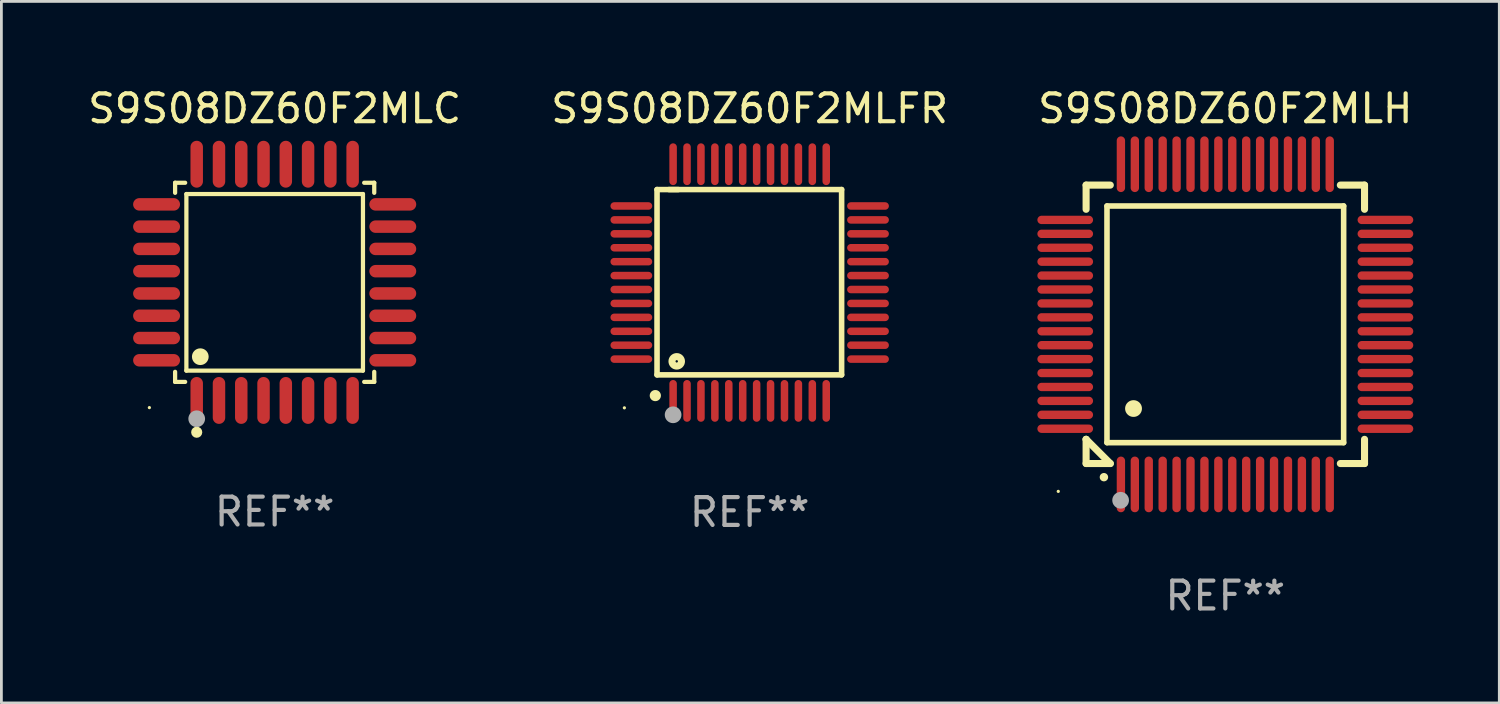
<source format=kicad_pcb>
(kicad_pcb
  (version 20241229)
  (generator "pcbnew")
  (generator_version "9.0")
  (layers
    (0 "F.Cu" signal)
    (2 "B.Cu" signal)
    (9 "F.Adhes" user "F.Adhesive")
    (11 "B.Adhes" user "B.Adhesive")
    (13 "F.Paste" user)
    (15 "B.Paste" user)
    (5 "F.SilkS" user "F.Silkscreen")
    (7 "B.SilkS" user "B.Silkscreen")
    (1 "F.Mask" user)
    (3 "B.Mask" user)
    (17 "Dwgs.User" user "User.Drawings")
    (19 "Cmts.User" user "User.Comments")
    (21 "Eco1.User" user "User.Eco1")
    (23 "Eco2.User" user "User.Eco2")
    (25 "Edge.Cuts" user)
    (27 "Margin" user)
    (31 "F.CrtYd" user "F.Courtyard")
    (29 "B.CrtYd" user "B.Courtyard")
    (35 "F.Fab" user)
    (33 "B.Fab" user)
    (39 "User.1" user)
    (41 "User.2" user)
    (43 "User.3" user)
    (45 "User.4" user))
  (footprint "S9S08DZ60F2MLFR"
    (layer "F.Cu")
    (at 23.875 7.098)
    (property "Reference" "S9S08DZ60F2MLFR" (at 0 -6.25 0) (layer "F.SilkS") (effects (font (size 1 1) (thickness 0.15))))
    (attr through_hole)
    (fp_line (start -3.327 -3.34) (end -2.565 -3.34) (stroke (width 0.2) (type solid)) (layer "F.SilkS"))
    (fp_line (start -3.327 3.315) (end -3.327 -3.34) (stroke (width 0.2) (type solid)) (layer "F.SilkS"))
    (fp_line (start -2.896 -3.34) (end 3.302 -3.34) (stroke (width 0.2) (type solid)) (layer "F.SilkS"))
    (fp_line (start 3.302 -3.34) (end 3.302 3.315) (stroke (width 0.2) (type solid)) (layer "F.SilkS"))
    (fp_line (start 3.302 3.315) (end -3.327 3.315) (stroke (width 0.2) (type solid)) (layer "F.SilkS"))
    (fp_arc (start -3.389992 4.059995) (mid -3.388722 4.059991) (end -3.387452 4.059995) (stroke (width 0.4) (type solid)) (layer "F.SilkS"))
    (fp_circle (center -4.5 4.5) (end -4.47 4.5) (stroke (width 0.06) (type solid)) (fill no) (layer "F.SilkS"))
    (fp_circle (center -2.62 2.83) (end -2.45 2.83) (stroke (width 0.254) (type solid)) (fill no) (layer "F.SilkS"))
    (fp_circle (center -2.75 4.75) (end -2.6 4.75) (stroke (width 0.3) (type solid)) (fill no) (layer "F.Fab"))
    (fp_text user "REF**" (at 0 8.25 0) (layer "F.Fab") (effects (font (size 1 1) (thickness 0.15))))
    (pad "1" smd oval (at -2.75 4.25) (size 0.27 1.5) (layers "F.Cu" "F.Mask" "F.Paste"))
    (pad "2" smd oval (at -2.25 4.25) (size 0.27 1.5) (layers "F.Cu" "F.Mask" "F.Paste"))
    (pad "3" smd oval (at -1.75 4.25) (size 0.27 1.5) (layers "F.Cu" "F.Mask" "F.Paste"))
    (pad "4" smd oval (at -1.25 4.25) (size 0.27 1.5) (layers "F.Cu" "F.Mask" "F.Paste"))
    (pad "5" smd oval (at -0.75 4.25) (size 0.27 1.5) (layers "F.Cu" "F.Mask" "F.Paste"))
    (pad "6" smd oval (at -0.25 4.25) (size 0.27 1.5) (layers "F.Cu" "F.Mask" "F.Paste"))
    (pad "7" smd oval (at 0.25 4.25) (size 0.27 1.5) (layers "F.Cu" "F.Mask" "F.Paste"))
    (pad "8" smd oval (at 0.75 4.25) (size 0.27 1.5) (layers "F.Cu" "F.Mask" "F.Paste"))
    (pad "9" smd oval (at 1.25 4.25) (size 0.27 1.5) (layers "F.Cu" "F.Mask" "F.Paste"))
    (pad "10" smd oval (at 1.75 4.25) (size 0.27 1.5) (layers "F.Cu" "F.Mask" "F.Paste"))
    (pad "11" smd oval (at 2.25 4.25) (size 0.27 1.5) (layers "F.Cu" "F.Mask" "F.Paste"))
    (pad "12" smd oval (at 2.75 4.25) (size 0.27 1.5) (layers "F.Cu" "F.Mask" "F.Paste"))
    (pad "13" smd oval (at 4.25 2.75) (size 1.5 0.27) (layers "F.Cu" "F.Mask" "F.Paste"))
    (pad "14" smd oval (at 4.25 2.25) (size 1.5 0.27) (layers "F.Cu" "F.Mask" "F.Paste"))
    (pad "15" smd oval (at 4.25 1.75) (size 1.5 0.27) (layers "F.Cu" "F.Mask" "F.Paste"))
    (pad "16" smd oval (at 4.25 1.25) (size 1.5 0.27) (layers "F.Cu" "F.Mask" "F.Paste"))
    (pad "17" smd oval (at 4.25 0.75) (size 1.5 0.27) (layers "F.Cu" "F.Mask" "F.Paste"))
    (pad "18" smd oval (at 4.25 0.25) (size 1.5 0.27) (layers "F.Cu" "F.Mask" "F.Paste"))
    (pad "19" smd oval (at 4.25 -0.25) (size 1.5 0.27) (layers "F.Cu" "F.Mask" "F.Paste"))
    (pad "20" smd oval (at 4.25 -0.75) (size 1.5 0.27) (layers "F.Cu" "F.Mask" "F.Paste"))
    (pad "21" smd oval (at 4.25 -1.25) (size 1.5 0.27) (layers "F.Cu" "F.Mask" "F.Paste"))
    (pad "22" smd oval (at 4.25 -1.75) (size 1.5 0.27) (layers "F.Cu" "F.Mask" "F.Paste"))
    (pad "23" smd oval (at 4.25 -2.25) (size 1.5 0.27) (layers "F.Cu" "F.Mask" "F.Paste"))
    (pad "24" smd oval (at 4.25 -2.75) (size 1.5 0.27) (layers "F.Cu" "F.Mask" "F.Paste"))
    (pad "25" smd oval (at 2.75 -4.25) (size 0.27 1.5) (layers "F.Cu" "F.Mask" "F.Paste"))
    (pad "26" smd oval (at 2.25 -4.25) (size 0.27 1.5) (layers "F.Cu" "F.Mask" "F.Paste"))
    (pad "27" smd oval (at 1.75 -4.25) (size 0.27 1.5) (layers "F.Cu" "F.Mask" "F.Paste"))
    (pad "28" smd oval (at 1.25 -4.25) (size 0.27 1.5) (layers "F.Cu" "F.Mask" "F.Paste"))
    (pad "29" smd oval (at 0.75 -4.25) (size 0.27 1.5) (layers "F.Cu" "F.Mask" "F.Paste"))
    (pad "30" smd oval (at 0.25 -4.25) (size 0.27 1.5) (layers "F.Cu" "F.Mask" "F.Paste"))
    (pad "31" smd oval (at -0.25 -4.25) (size 0.27 1.5) (layers "F.Cu" "F.Mask" "F.Paste"))
    (pad "32" smd oval (at -0.75 -4.25) (size 0.27 1.5) (layers "F.Cu" "F.Mask" "F.Paste"))
    (pad "33" smd oval (at -1.25 -4.25) (size 0.27 1.5) (layers "F.Cu" "F.Mask" "F.Paste"))
    (pad "34" smd oval (at -1.75 -4.25) (size 0.27 1.5) (layers "F.Cu" "F.Mask" "F.Paste"))
    (pad "35" smd oval (at -2.25 -4.25) (size 0.27 1.5) (layers "F.Cu" "F.Mask" "F.Paste"))
    (pad "36" smd oval (at -2.75 -4.25) (size 0.27 1.5) (layers "F.Cu" "F.Mask" "F.Paste"))
    (pad "37" smd oval (at -4.25 -2.75) (size 1.5 0.27) (layers "F.Cu" "F.Mask" "F.Paste"))
    (pad "38" smd oval (at -4.25 -2.25) (size 1.5 0.27) (layers "F.Cu" "F.Mask" "F.Paste"))
    (pad "39" smd oval (at -4.25 -1.75) (size 1.5 0.27) (layers "F.Cu" "F.Mask" "F.Paste"))
    (pad "40" smd oval (at -4.25 -1.25) (size 1.5 0.27) (layers "F.Cu" "F.Mask" "F.Paste"))
    (pad "41" smd oval (at -4.25 -0.75) (size 1.5 0.27) (layers "F.Cu" "F.Mask" "F.Paste"))
    (pad "42" smd oval (at -4.25 -0.25) (size 1.5 0.27) (layers "F.Cu" "F.Mask" "F.Paste"))
    (pad "43" smd oval (at -4.25 0.25) (size 1.5 0.27) (layers "F.Cu" "F.Mask" "F.Paste"))
    (pad "44" smd oval (at -4.25 0.75) (size 1.5 0.27) (layers "F.Cu" "F.Mask" "F.Paste"))
    (pad "45" smd oval (at -4.25 1.25) (size 1.5 0.27) (layers "F.Cu" "F.Mask" "F.Paste"))
    (pad "46" smd oval (at -4.25 1.75) (size 1.5 0.27) (layers "F.Cu" "F.Mask" "F.Paste"))
    (pad "47" smd oval (at -4.25 2.25) (size 1.5 0.27) (layers "F.Cu" "F.Mask" "F.Paste"))
    (pad "48" smd oval (at -4.25 2.75) (size 1.5 0.27) (layers "F.Cu" "F.Mask" "F.Paste")))
  (footprint "S9S08DZ60F2MLH"
    (layer "F.Cu")
    (at 40.958 8.598)
    (property "Reference" "S9S08DZ60F2MLH" (at 0 -7.75 0) (layer "F.SilkS") (effects (font (size 1 1) (thickness 0.15))))
    (attr through_hole)
    (fp_line (start -5 -5) (end -4.131 -5) (stroke (width 0.254) (type solid)) (layer "F.SilkS"))
    (fp_line (start -5 -4.131) (end -5 -5) (stroke (width 0.254) (type solid)) (layer "F.SilkS"))
    (fp_line (start -5 4.131) (end -5 4.131) (stroke (width 0.254) (type solid)) (layer "F.SilkS"))
    (fp_line (start -5 5) (end -5 4.131) (stroke (width 0.254) (type solid)) (layer "F.SilkS"))
    (fp_line (start -5 4.131) (end -4.131 5) (stroke (width 0.254) (type solid)) (layer "F.SilkS"))
    (fp_line (start -4.25 -4.25) (end -4.25 4.25) (stroke (width 0.2) (type solid)) (layer "F.SilkS"))
    (fp_line (start -4.25 4.25) (end 4.25 4.25) (stroke (width 0.2) (type solid)) (layer "F.SilkS"))
    (fp_line (start -4.131 5) (end -5 5) (stroke (width 0.254) (type solid)) (layer "F.SilkS"))
    (fp_line (start 4.25 -4.25) (end -4.25 -4.25) (stroke (width 0.2) (type solid)) (layer "F.SilkS"))
    (fp_line (start 4.25 4.25) (end 4.25 -4.25) (stroke (width 0.2) (type solid)) (layer "F.SilkS"))
    (fp_line (start 5 -5) (end 4.131 -5) (stroke (width 0.254) (type solid)) (layer "F.SilkS"))
    (fp_line (start 5 -5) (end 5 -4.131) (stroke (width 0.254) (type solid)) (layer "F.SilkS"))
    (fp_line (start 5 4.131) (end 5 5) (stroke (width 0.254) (type solid)) (layer "F.SilkS"))
    (fp_line (start 5 5) (end 4.131 5) (stroke (width 0.254) (type solid)) (layer "F.SilkS"))
    (fp_arc (start -4.361265 5.489992) (mid -4.359995 5.489987) (end -4.358725 5.489992) (stroke (width 0.3) (type solid)) (layer "F.SilkS"))
    (fp_arc (start -3.299467 3.025146) (mid -3.296927 3.025135) (end -3.294387 3.025146) (stroke (width 0.6) (type solid)) (layer "F.SilkS"))
    (fp_circle (center -6 6) (end -5.97 6) (stroke (width 0.06) (type solid)) (fill no) (layer "F.SilkS"))
    (fp_circle (center -3.76 6.32) (end -3.61 6.32) (stroke (width 0.3) (type solid)) (fill no) (layer "F.Fab"))
    (fp_text user "REF**" (at 0 9.75 0) (layer "F.Fab") (effects (font (size 1 1) (thickness 0.15))))
    (pad "1" smd oval (at -3.75 5.75) (size 0.3 2) (layers "F.Cu" "F.Mask" "F.Paste"))
    (pad "2" smd oval (at -3.25 5.75) (size 0.3 2) (layers "F.Cu" "F.Mask" "F.Paste"))
    (pad "3" smd oval (at -2.75 5.75) (size 0.3 2) (layers "F.Cu" "F.Mask" "F.Paste"))
    (pad "4" smd oval (at -2.25 5.75) (size 0.3 2) (layers "F.Cu" "F.Mask" "F.Paste"))
    (pad "5" smd oval (at -1.75 5.75) (size 0.3 2) (layers "F.Cu" "F.Mask" "F.Paste"))
    (pad "6" smd oval (at -1.25 5.75) (size 0.3 2) (layers "F.Cu" "F.Mask" "F.Paste"))
    (pad "7" smd oval (at -0.75 5.75) (size 0.3 2) (layers "F.Cu" "F.Mask" "F.Paste"))
    (pad "8" smd oval (at -0.25 5.75) (size 0.3 2) (layers "F.Cu" "F.Mask" "F.Paste"))
    (pad "9" smd oval (at 0.25 5.75) (size 0.3 2) (layers "F.Cu" "F.Mask" "F.Paste"))
    (pad "10" smd oval (at 0.75 5.75) (size 0.3 2) (layers "F.Cu" "F.Mask" "F.Paste"))
    (pad "11" smd oval (at 1.25 5.75) (size 0.3 2) (layers "F.Cu" "F.Mask" "F.Paste"))
    (pad "12" smd oval (at 1.75 5.75) (size 0.3 2) (layers "F.Cu" "F.Mask" "F.Paste"))
    (pad "13" smd oval (at 2.25 5.75) (size 0.3 2) (layers "F.Cu" "F.Mask" "F.Paste"))
    (pad "14" smd oval (at 2.75 5.75) (size 0.3 2) (layers "F.Cu" "F.Mask" "F.Paste"))
    (pad "15" smd oval (at 3.25 5.75) (size 0.3 2) (layers "F.Cu" "F.Mask" "F.Paste"))
    (pad "16" smd oval (at 3.75 5.75) (size 0.3 2) (layers "F.Cu" "F.Mask" "F.Paste"))
    (pad "17" smd oval (at 5.75 3.75) (size 2 0.3) (layers "F.Cu" "F.Mask" "F.Paste"))
    (pad "18" smd oval (at 5.75 3.25) (size 2 0.3) (layers "F.Cu" "F.Mask" "F.Paste"))
    (pad "19" smd oval (at 5.75 2.75) (size 2 0.3) (layers "F.Cu" "F.Mask" "F.Paste"))
    (pad "20" smd oval (at 5.75 2.25) (size 2 0.3) (layers "F.Cu" "F.Mask" "F.Paste"))
    (pad "21" smd oval (at 5.75 1.75) (size 2 0.3) (layers "F.Cu" "F.Mask" "F.Paste"))
    (pad "22" smd oval (at 5.75 1.25) (size 2 0.3) (layers "F.Cu" "F.Mask" "F.Paste"))
    (pad "23" smd oval (at 5.75 0.75) (size 2 0.3) (layers "F.Cu" "F.Mask" "F.Paste"))
    (pad "24" smd oval (at 5.75 0.25) (size 2 0.3) (layers "F.Cu" "F.Mask" "F.Paste"))
    (pad "25" smd oval (at 5.75 -0.25) (size 2 0.3) (layers "F.Cu" "F.Mask" "F.Paste"))
    (pad "26" smd oval (at 5.75 -0.75) (size 2 0.3) (layers "F.Cu" "F.Mask" "F.Paste"))
    (pad "27" smd oval (at 5.75 -1.25) (size 2 0.3) (layers "F.Cu" "F.Mask" "F.Paste"))
    (pad "28" smd oval (at 5.75 -1.75) (size 2 0.3) (layers "F.Cu" "F.Mask" "F.Paste"))
    (pad "29" smd oval (at 5.75 -2.25) (size 2 0.3) (layers "F.Cu" "F.Mask" "F.Paste"))
    (pad "30" smd oval (at 5.75 -2.75) (size 2 0.3) (layers "F.Cu" "F.Mask" "F.Paste"))
    (pad "31" smd oval (at 5.75 -3.25) (size 2 0.3) (layers "F.Cu" "F.Mask" "F.Paste"))
    (pad "32" smd oval (at 5.75 -3.75) (size 2 0.3) (layers "F.Cu" "F.Mask" "F.Paste"))
    (pad "33" smd oval (at 3.75 -5.75) (size 0.3 2) (layers "F.Cu" "F.Mask" "F.Paste"))
    (pad "34" smd oval (at 3.25 -5.75) (size 0.3 2) (layers "F.Cu" "F.Mask" "F.Paste"))
    (pad "35" smd oval (at 2.75 -5.75) (size 0.3 2) (layers "F.Cu" "F.Mask" "F.Paste"))
    (pad "36" smd oval (at 2.25 -5.75) (size 0.3 2) (layers "F.Cu" "F.Mask" "F.Paste"))
    (pad "37" smd oval (at 1.75 -5.75) (size 0.3 2) (layers "F.Cu" "F.Mask" "F.Paste"))
    (pad "38" smd oval (at 1.25 -5.75) (size 0.3 2) (layers "F.Cu" "F.Mask" "F.Paste"))
    (pad "39" smd oval (at 0.75 -5.75) (size 0.3 2) (layers "F.Cu" "F.Mask" "F.Paste"))
    (pad "40" smd oval (at 0.25 -5.75) (size 0.3 2) (layers "F.Cu" "F.Mask" "F.Paste"))
    (pad "41" smd oval (at -0.25 -5.75) (size 0.3 2) (layers "F.Cu" "F.Mask" "F.Paste"))
    (pad "42" smd oval (at -0.75 -5.75) (size 0.3 2) (layers "F.Cu" "F.Mask" "F.Paste"))
    (pad "43" smd oval (at -1.25 -5.75) (size 0.3 2) (layers "F.Cu" "F.Mask" "F.Paste"))
    (pad "44" smd oval (at -1.75 -5.75) (size 0.3 2) (layers "F.Cu" "F.Mask" "F.Paste"))
    (pad "45" smd oval (at -2.25 -5.75) (size 0.3 2) (layers "F.Cu" "F.Mask" "F.Paste"))
    (pad "46" smd oval (at -2.75 -5.75) (size 0.3 2) (layers "F.Cu" "F.Mask" "F.Paste"))
    (pad "47" smd oval (at -3.25 -5.75) (size 0.3 2) (layers "F.Cu" "F.Mask" "F.Paste"))
    (pad "48" smd oval (at -3.75 -5.75) (size 0.3 2) (layers "F.Cu" "F.Mask" "F.Paste"))
    (pad "49" smd oval (at -5.75 -3.75) (size 2 0.3) (layers "F.Cu" "F.Mask" "F.Paste"))
    (pad "50" smd oval (at -5.75 -3.25) (size 2 0.3) (layers "F.Cu" "F.Mask" "F.Paste"))
    (pad "51" smd oval (at -5.75 -2.75) (size 2 0.3) (layers "F.Cu" "F.Mask" "F.Paste"))
    (pad "52" smd oval (at -5.75 -2.25) (size 2 0.3) (layers "F.Cu" "F.Mask" "F.Paste"))
    (pad "53" smd oval (at -5.75 -1.75) (size 2 0.3) (layers "F.Cu" "F.Mask" "F.Paste"))
    (pad "54" smd oval (at -5.75 -1.25) (size 2 0.3) (layers "F.Cu" "F.Mask" "F.Paste"))
    (pad "55" smd oval (at -5.75 -0.75) (size 2 0.3) (layers "F.Cu" "F.Mask" "F.Paste"))
    (pad "56" smd oval (at -5.75 -0.25) (size 2 0.3) (layers "F.Cu" "F.Mask" "F.Paste"))
    (pad "57" smd oval (at -5.75 0.25) (size 2 0.3) (layers "F.Cu" "F.Mask" "F.Paste"))
    (pad "58" smd oval (at -5.75 0.75) (size 2 0.3) (layers "F.Cu" "F.Mask" "F.Paste"))
    (pad "59" smd oval (at -5.75 1.25) (size 2 0.3) (layers "F.Cu" "F.Mask" "F.Paste"))
    (pad "60" smd oval (at -5.75 1.75) (size 2 0.3) (layers "F.Cu" "F.Mask" "F.Paste"))
    (pad "61" smd oval (at -5.75 2.25) (size 2 0.3) (layers "F.Cu" "F.Mask" "F.Paste"))
    (pad "62" smd oval (at -5.75 2.75) (size 2 0.3) (layers "F.Cu" "F.Mask" "F.Paste"))
    (pad "63" smd oval (at -5.75 3.25) (size 2 0.3) (layers "F.Cu" "F.Mask" "F.Paste"))
    (pad "64" smd oval (at -5.75 3.75) (size 2 0.3) (layers "F.Cu" "F.Mask" "F.Paste")))
  (footprint "S9S08DZ60F2MLC"
    (layer "F.Cu")
    (at 6.815 7.09)
    (property "Reference" "S9S08DZ60F2MLC" (at 0 -6.242 0) (layer "F.SilkS") (effects (font (size 1 1) (thickness 0.15))))
    (attr through_hole)
    (fp_line (start -3.576 -3.576) (end -3.215 -3.576) (stroke (width 0.152) (type solid)) (layer "F.SilkS"))
    (fp_line (start -3.576 -3.215) (end -3.576 -3.576) (stroke (width 0.152) (type solid)) (layer "F.SilkS"))
    (fp_line (start -3.576 3.215) (end -3.576 3.576) (stroke (width 0.152) (type solid)) (layer "F.SilkS"))
    (fp_line (start -3.576 3.576) (end -3.215 3.576) (stroke (width 0.152) (type solid)) (layer "F.SilkS"))
    (fp_line (start -3.171 -3.171) (end 3.171 -3.171) (stroke (width 0.152) (type solid)) (layer "F.SilkS"))
    (fp_line (start -3.171 3.171) (end -3.171 -3.171) (stroke (width 0.152) (type solid)) (layer "F.SilkS"))
    (fp_line (start 3.171 -3.171) (end 3.171 3.171) (stroke (width 0.152) (type solid)) (layer "F.SilkS"))
    (fp_line (start 3.171 3.171) (end -3.171 3.171) (stroke (width 0.152) (type solid)) (layer "F.SilkS"))
    (fp_line (start 3.576 -3.576) (end 3.215 -3.576) (stroke (width 0.152) (type solid)) (layer "F.SilkS"))
    (fp_line (start 3.576 -3.215) (end 3.576 -3.576) (stroke (width 0.152) (type solid)) (layer "F.SilkS"))
    (fp_line (start 3.576 3.215) (end 3.576 3.576) (stroke (width 0.152) (type solid)) (layer "F.SilkS"))
    (fp_line (start 3.576 3.576) (end 3.215 3.576) (stroke (width 0.152) (type solid)) (layer "F.SilkS"))
    (fp_circle (center -4.5 4.5) (end -4.47 4.5) (stroke (width 0.06) (type solid)) (fill no) (layer "F.SilkS"))
    (fp_circle (center -2.8 5.384) (end -2.7 5.384) (stroke (width 0.2) (type solid)) (fill no) (layer "F.SilkS"))
    (fp_circle (center -2.671 2.671) (end -2.521 2.671) (stroke (width 0.3) (type solid)) (fill no) (layer "F.SilkS"))
    (fp_circle (center -2.8 4.9) (end -2.65 4.9) (stroke (width 0.3) (type solid)) (fill no) (layer "F.Fab"))
    (fp_text user "REF**" (at 0 8.242 0) (layer "F.Fab") (effects (font (size 1 1) (thickness 0.15))))
    (pad "1" smd oval (at -2.8 4.242) (size 0.448 1.684) (layers "F.Cu" "F.Mask" "F.Paste"))
    (pad "2" smd oval (at -2 4.242) (size 0.448 1.684) (layers "F.Cu" "F.Mask" "F.Paste"))
    (pad "3" smd oval (at -1.2 4.242) (size 0.448 1.684) (layers "F.Cu" "F.Mask" "F.Paste"))
    (pad "4" smd oval (at -0.4 4.242) (size 0.448 1.684) (layers "F.Cu" "F.Mask" "F.Paste"))
    (pad "5" smd oval (at 0.4 4.242) (size 0.448 1.684) (layers "F.Cu" "F.Mask" "F.Paste"))
    (pad "6" smd oval (at 1.2 4.242) (size 0.448 1.684) (layers "F.Cu" "F.Mask" "F.Paste"))
    (pad "7" smd oval (at 2 4.242) (size 0.448 1.684) (layers "F.Cu" "F.Mask" "F.Paste"))
    (pad "8" smd oval (at 2.8 4.242) (size 0.448 1.684) (layers "F.Cu" "F.Mask" "F.Paste"))
    (pad "9" smd oval (at 4.242 2.8) (size 1.684 0.448) (layers "F.Cu" "F.Mask" "F.Paste"))
    (pad "10" smd oval (at 4.242 2) (size 1.684 0.448) (layers "F.Cu" "F.Mask" "F.Paste"))
    (pad "11" smd oval (at 4.242 1.2) (size 1.684 0.448) (layers "F.Cu" "F.Mask" "F.Paste"))
    (pad "12" smd oval (at 4.242 0.4) (size 1.684 0.448) (layers "F.Cu" "F.Mask" "F.Paste"))
    (pad "13" smd oval (at 4.242 -0.4) (size 1.684 0.448) (layers "F.Cu" "F.Mask" "F.Paste"))
    (pad "14" smd oval (at 4.242 -1.2) (size 1.684 0.448) (layers "F.Cu" "F.Mask" "F.Paste"))
    (pad "15" smd oval (at 4.242 -2) (size 1.684 0.448) (layers "F.Cu" "F.Mask" "F.Paste"))
    (pad "16" smd oval (at 4.242 -2.8) (size 1.684 0.448) (layers "F.Cu" "F.Mask" "F.Paste"))
    (pad "17" smd oval (at 2.8 -4.242) (size 0.448 1.684) (layers "F.Cu" "F.Mask" "F.Paste"))
    (pad "18" smd oval (at 2 -4.242) (size 0.448 1.684) (layers "F.Cu" "F.Mask" "F.Paste"))
    (pad "19" smd oval (at 1.2 -4.242) (size 0.448 1.684) (layers "F.Cu" "F.Mask" "F.Paste"))
    (pad "20" smd oval (at 0.4 -4.242) (size 0.448 1.684) (layers "F.Cu" "F.Mask" "F.Paste"))
    (pad "21" smd oval (at -0.4 -4.242) (size 0.448 1.684) (layers "F.Cu" "F.Mask" "F.Paste"))
    (pad "22" smd oval (at -1.2 -4.242) (size 0.448 1.684) (layers "F.Cu" "F.Mask" "F.Paste"))
    (pad "23" smd oval (at -2 -4.242) (size 0.448 1.684) (layers "F.Cu" "F.Mask" "F.Paste"))
    (pad "24" smd oval (at -2.8 -4.242) (size 0.448 1.684) (layers "F.Cu" "F.Mask" "F.Paste"))
    (pad "25" smd oval (at -4.242 -2.8) (size 1.684 0.448) (layers "F.Cu" "F.Mask" "F.Paste"))
    (pad "26" smd oval (at -4.242 -2) (size 1.684 0.448) (layers "F.Cu" "F.Mask" "F.Paste"))
    (pad "27" smd oval (at -4.242 -1.2) (size 1.684 0.448) (layers "F.Cu" "F.Mask" "F.Paste"))
    (pad "28" smd oval (at -4.242 -0.4) (size 1.684 0.448) (layers "F.Cu" "F.Mask" "F.Paste"))
    (pad "29" smd oval (at -4.242 0.4) (size 1.684 0.448) (layers "F.Cu" "F.Mask" "F.Paste"))
    (pad "30" smd oval (at -4.242 1.2) (size 1.684 0.448) (layers "F.Cu" "F.Mask" "F.Paste"))
    (pad "31" smd oval (at -4.242 2) (size 1.684 0.448) (layers "F.Cu" "F.Mask" "F.Paste"))
    (pad "32" smd oval (at -4.242 2.8) (size 1.684 0.448) (layers "F.Cu" "F.Mask" "F.Paste")))
  (gr_rect
    (start -3 -3)
    (end 50.798 22.196)
    (stroke (width 0.1) (type default))
    (fill no)
    (layer "Edge.Cuts")))
</source>
